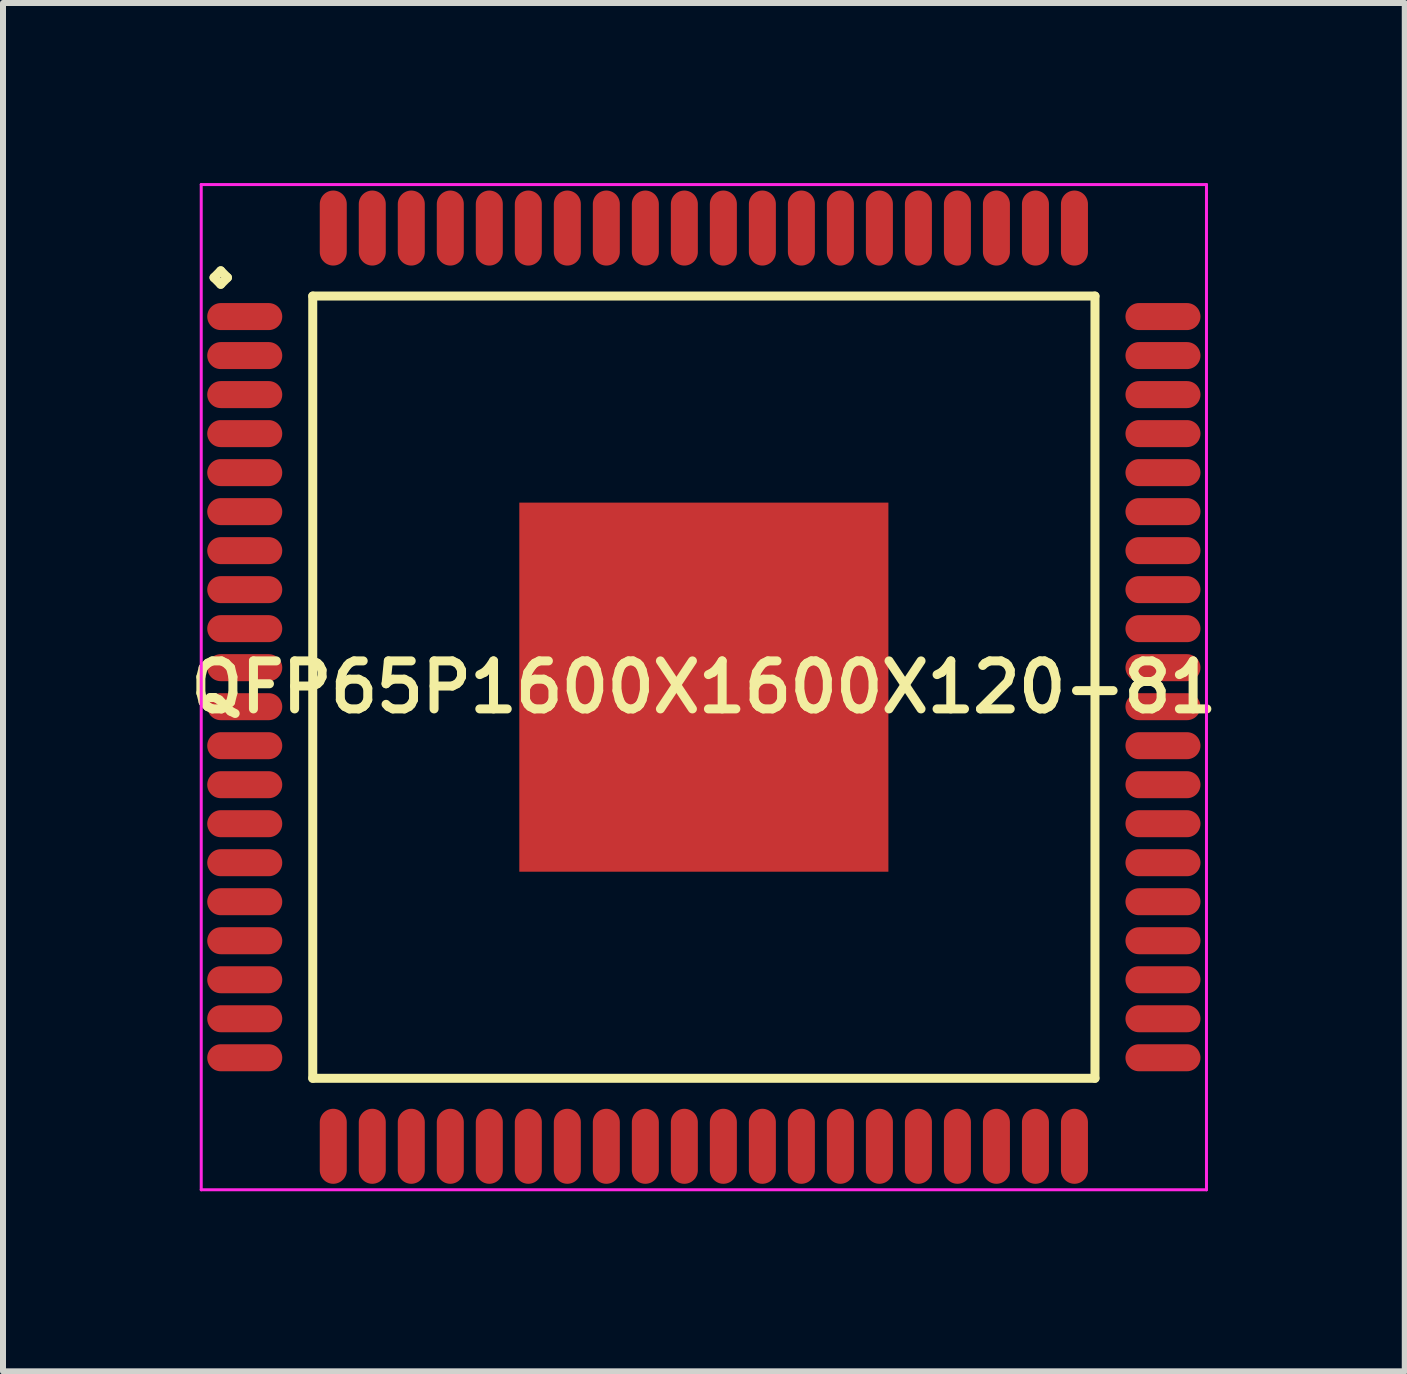
<source format=kicad_pcb>
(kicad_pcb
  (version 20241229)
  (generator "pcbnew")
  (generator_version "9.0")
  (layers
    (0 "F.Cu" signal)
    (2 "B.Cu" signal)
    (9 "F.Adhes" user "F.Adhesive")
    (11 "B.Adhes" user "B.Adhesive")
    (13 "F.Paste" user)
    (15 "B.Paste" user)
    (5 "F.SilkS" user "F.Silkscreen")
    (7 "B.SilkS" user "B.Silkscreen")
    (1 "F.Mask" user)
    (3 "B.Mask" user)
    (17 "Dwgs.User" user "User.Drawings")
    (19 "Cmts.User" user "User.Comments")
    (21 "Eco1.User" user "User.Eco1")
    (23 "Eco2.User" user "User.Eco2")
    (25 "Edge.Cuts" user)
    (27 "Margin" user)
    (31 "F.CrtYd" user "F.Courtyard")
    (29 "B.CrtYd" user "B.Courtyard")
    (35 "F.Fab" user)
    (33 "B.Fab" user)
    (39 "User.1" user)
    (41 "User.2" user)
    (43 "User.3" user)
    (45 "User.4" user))
  (footprint "QFP65P1600X1600X120-81"
    (layer "F.Cu")
    (at 8.678 8.4)
    (property "Reference" "QFP65P1600X1600X120-81" (at 0 0 0) (layer "F.SilkS") (effects (font (size 0.8 0.8) (thickness 0.15))))
    (attr smd)
    (fp_line (start -8.162 -6.825) (end -8.05 -6.938) (stroke (width 0.15) (type solid)) (layer "F.SilkS"))
    (fp_line (start -8.05 -6.938) (end -7.938 -6.825) (stroke (width 0.15) (type solid)) (layer "F.SilkS"))
    (fp_line (start -8.05 -6.713) (end -8.162 -6.825) (stroke (width 0.15) (type solid)) (layer "F.SilkS"))
    (fp_line (start -7.938 -6.825) (end -8.05 -6.713) (stroke (width 0.15) (type solid)) (layer "F.SilkS"))
    (fp_line (start -6.517 -6.517) (end -6.517 6.517) (stroke (width 0.15) (type solid)) (layer "F.SilkS"))
    (fp_line (start -6.517 6.517) (end 6.517 6.517) (stroke (width 0.15) (type solid)) (layer "F.SilkS"))
    (fp_line (start 6.517 -6.517) (end -6.517 -6.517) (stroke (width 0.15) (type solid)) (layer "F.SilkS"))
    (fp_line (start 6.517 6.517) (end 6.517 -6.517) (stroke (width 0.15) (type solid)) (layer "F.SilkS"))
    (fp_line (start -8.375 -8.375) (end 8.375 -8.375) (stroke (width 0.05) (type solid)) (layer "F.CrtYd"))
    (fp_line (start -8.375 8.375) (end -8.375 -8.375) (stroke (width 0.05) (type solid)) (layer "F.CrtYd"))
    (fp_line (start 8.375 -8.375) (end 8.375 8.375) (stroke (width 0.05) (type solid)) (layer "F.CrtYd"))
    (fp_line (start 8.375 8.375) (end -8.375 8.375) (stroke (width 0.05) (type solid)) (layer "F.CrtYd"))
    (pad "1" smd oval (at -7.65 -6.175) (size 1.25 0.45) (layers "F.Cu" "F.Mask" "F.Paste"))
    (pad "2" smd oval (at -7.65 -5.525) (size 1.25 0.45) (layers "F.Cu" "F.Mask" "F.Paste"))
    (pad "3" smd oval (at -7.65 -4.875) (size 1.25 0.45) (layers "F.Cu" "F.Mask" "F.Paste"))
    (pad "4" smd oval (at -7.65 -4.225) (size 1.25 0.45) (layers "F.Cu" "F.Mask" "F.Paste"))
    (pad "5" smd oval (at -7.65 -3.575) (size 1.25 0.45) (layers "F.Cu" "F.Mask" "F.Paste"))
    (pad "6" smd oval (at -7.65 -2.925) (size 1.25 0.45) (layers "F.Cu" "F.Mask" "F.Paste"))
    (pad "7" smd oval (at -7.65 -2.275) (size 1.25 0.45) (layers "F.Cu" "F.Mask" "F.Paste"))
    (pad "8" smd oval (at -7.65 -1.625) (size 1.25 0.45) (layers "F.Cu" "F.Mask" "F.Paste"))
    (pad "9" smd oval (at -7.65 -0.975) (size 1.25 0.45) (layers "F.Cu" "F.Mask" "F.Paste"))
    (pad "10" smd oval (at -7.65 -0.325) (size 1.25 0.45) (layers "F.Cu" "F.Mask" "F.Paste"))
    (pad "11" smd oval (at -7.65 0.325) (size 1.25 0.45) (layers "F.Cu" "F.Mask" "F.Paste"))
    (pad "12" smd oval (at -7.65 0.975) (size 1.25 0.45) (layers "F.Cu" "F.Mask" "F.Paste"))
    (pad "13" smd oval (at -7.65 1.625) (size 1.25 0.45) (layers "F.Cu" "F.Mask" "F.Paste"))
    (pad "14" smd oval (at -7.65 2.275) (size 1.25 0.45) (layers "F.Cu" "F.Mask" "F.Paste"))
    (pad "15" smd oval (at -7.65 2.925) (size 1.25 0.45) (layers "F.Cu" "F.Mask" "F.Paste"))
    (pad "16" smd oval (at -7.65 3.575) (size 1.25 0.45) (layers "F.Cu" "F.Mask" "F.Paste"))
    (pad "17" smd oval (at -7.65 4.225) (size 1.25 0.45) (layers "F.Cu" "F.Mask" "F.Paste"))
    (pad "18" smd oval (at -7.65 4.875) (size 1.25 0.45) (layers "F.Cu" "F.Mask" "F.Paste"))
    (pad "19" smd oval (at -7.65 5.525) (size 1.25 0.45) (layers "F.Cu" "F.Mask" "F.Paste"))
    (pad "20" smd oval (at -7.65 6.175) (size 1.25 0.45) (layers "F.Cu" "F.Mask" "F.Paste"))
    (pad "21" smd oval (at -6.175 7.65) (size 0.45 1.25) (layers "F.Cu" "F.Mask" "F.Paste"))
    (pad "22" smd oval (at -5.525 7.65) (size 0.45 1.25) (layers "F.Cu" "F.Mask" "F.Paste"))
    (pad "23" smd oval (at -4.875 7.65) (size 0.45 1.25) (layers "F.Cu" "F.Mask" "F.Paste"))
    (pad "24" smd oval (at -4.225 7.65) (size 0.45 1.25) (layers "F.Cu" "F.Mask" "F.Paste"))
    (pad "25" smd oval (at -3.575 7.65) (size 0.45 1.25) (layers "F.Cu" "F.Mask" "F.Paste"))
    (pad "26" smd oval (at -2.925 7.65) (size 0.45 1.25) (layers "F.Cu" "F.Mask" "F.Paste"))
    (pad "27" smd oval (at -2.275 7.65) (size 0.45 1.25) (layers "F.Cu" "F.Mask" "F.Paste"))
    (pad "28" smd oval (at -1.625 7.65) (size 0.45 1.25) (layers "F.Cu" "F.Mask" "F.Paste"))
    (pad "29" smd oval (at -0.975 7.65) (size 0.45 1.25) (layers "F.Cu" "F.Mask" "F.Paste"))
    (pad "30" smd oval (at -0.325 7.65) (size 0.45 1.25) (layers "F.Cu" "F.Mask" "F.Paste"))
    (pad "31" smd oval (at 0.325 7.65) (size 0.45 1.25) (layers "F.Cu" "F.Mask" "F.Paste"))
    (pad "32" smd oval (at 0.975 7.65) (size 0.45 1.25) (layers "F.Cu" "F.Mask" "F.Paste"))
    (pad "33" smd oval (at 1.625 7.65) (size 0.45 1.25) (layers "F.Cu" "F.Mask" "F.Paste"))
    (pad "34" smd oval (at 2.275 7.65) (size 0.45 1.25) (layers "F.Cu" "F.Mask" "F.Paste"))
    (pad "35" smd oval (at 2.925 7.65) (size 0.45 1.25) (layers "F.Cu" "F.Mask" "F.Paste"))
    (pad "36" smd oval (at 3.575 7.65) (size 0.45 1.25) (layers "F.Cu" "F.Mask" "F.Paste"))
    (pad "37" smd oval (at 4.225 7.65) (size 0.45 1.25) (layers "F.Cu" "F.Mask" "F.Paste"))
    (pad "38" smd oval (at 4.875 7.65) (size 0.45 1.25) (layers "F.Cu" "F.Mask" "F.Paste"))
    (pad "39" smd oval (at 5.525 7.65) (size 0.45 1.25) (layers "F.Cu" "F.Mask" "F.Paste"))
    (pad "40" smd oval (at 6.175 7.65) (size 0.45 1.25) (layers "F.Cu" "F.Mask" "F.Paste"))
    (pad "41" smd oval (at 7.65 6.175) (size 1.25 0.45) (layers "F.Cu" "F.Mask" "F.Paste"))
    (pad "42" smd oval (at 7.65 5.525) (size 1.25 0.45) (layers "F.Cu" "F.Mask" "F.Paste"))
    (pad "43" smd oval (at 7.65 4.875) (size 1.25 0.45) (layers "F.Cu" "F.Mask" "F.Paste"))
    (pad "44" smd oval (at 7.65 4.225) (size 1.25 0.45) (layers "F.Cu" "F.Mask" "F.Paste"))
    (pad "45" smd oval (at 7.65 3.575) (size 1.25 0.45) (layers "F.Cu" "F.Mask" "F.Paste"))
    (pad "46" smd oval (at 7.65 2.925) (size 1.25 0.45) (layers "F.Cu" "F.Mask" "F.Paste"))
    (pad "47" smd oval (at 7.65 2.275) (size 1.25 0.45) (layers "F.Cu" "F.Mask" "F.Paste"))
    (pad "48" smd oval (at 7.65 1.625) (size 1.25 0.45) (layers "F.Cu" "F.Mask" "F.Paste"))
    (pad "49" smd oval (at 7.65 0.975) (size 1.25 0.45) (layers "F.Cu" "F.Mask" "F.Paste"))
    (pad "50" smd oval (at 7.65 0.325) (size 1.25 0.45) (layers "F.Cu" "F.Mask" "F.Paste"))
    (pad "51" smd oval (at 7.65 -0.325) (size 1.25 0.45) (layers "F.Cu" "F.Mask" "F.Paste"))
    (pad "52" smd oval (at 7.65 -0.975) (size 1.25 0.45) (layers "F.Cu" "F.Mask" "F.Paste"))
    (pad "53" smd oval (at 7.65 -1.625) (size 1.25 0.45) (layers "F.Cu" "F.Mask" "F.Paste"))
    (pad "54" smd oval (at 7.65 -2.275) (size 1.25 0.45) (layers "F.Cu" "F.Mask" "F.Paste"))
    (pad "55" smd oval (at 7.65 -2.925) (size 1.25 0.45) (layers "F.Cu" "F.Mask" "F.Paste"))
    (pad "56" smd oval (at 7.65 -3.575) (size 1.25 0.45) (layers "F.Cu" "F.Mask" "F.Paste"))
    (pad "57" smd oval (at 7.65 -4.225) (size 1.25 0.45) (layers "F.Cu" "F.Mask" "F.Paste"))
    (pad "58" smd oval (at 7.65 -4.875) (size 1.25 0.45) (layers "F.Cu" "F.Mask" "F.Paste"))
    (pad "59" smd oval (at 7.65 -5.525) (size 1.25 0.45) (layers "F.Cu" "F.Mask" "F.Paste"))
    (pad "60" smd oval (at 7.65 -6.175) (size 1.25 0.45) (layers "F.Cu" "F.Mask" "F.Paste"))
    (pad "61" smd oval (at 6.175 -7.65) (size 0.45 1.25) (layers "F.Cu" "F.Mask" "F.Paste"))
    (pad "62" smd oval (at 5.525 -7.65) (size 0.45 1.25) (layers "F.Cu" "F.Mask" "F.Paste"))
    (pad "63" smd oval (at 4.875 -7.65) (size 0.45 1.25) (layers "F.Cu" "F.Mask" "F.Paste"))
    (pad "64" smd oval (at 4.225 -7.65) (size 0.45 1.25) (layers "F.Cu" "F.Mask" "F.Paste"))
    (pad "65" smd oval (at 3.575 -7.65) (size 0.45 1.25) (layers "F.Cu" "F.Mask" "F.Paste"))
    (pad "66" smd oval (at 2.925 -7.65) (size 0.45 1.25) (layers "F.Cu" "F.Mask" "F.Paste"))
    (pad "67" smd oval (at 2.275 -7.65) (size 0.45 1.25) (layers "F.Cu" "F.Mask" "F.Paste"))
    (pad "68" smd oval (at 1.625 -7.65) (size 0.45 1.25) (layers "F.Cu" "F.Mask" "F.Paste"))
    (pad "69" smd oval (at 0.975 -7.65) (size 0.45 1.25) (layers "F.Cu" "F.Mask" "F.Paste"))
    (pad "70" smd oval (at 0.325 -7.65) (size 0.45 1.25) (layers "F.Cu" "F.Mask" "F.Paste"))
    (pad "71" smd oval (at -0.325 -7.65) (size 0.45 1.25) (layers "F.Cu" "F.Mask" "F.Paste"))
    (pad "72" smd oval (at -0.975 -7.65) (size 0.45 1.25) (layers "F.Cu" "F.Mask" "F.Paste"))
    (pad "73" smd oval (at -1.625 -7.65) (size 0.45 1.25) (layers "F.Cu" "F.Mask" "F.Paste"))
    (pad "74" smd oval (at -2.275 -7.65) (size 0.45 1.25) (layers "F.Cu" "F.Mask" "F.Paste"))
    (pad "75" smd oval (at -2.925 -7.65) (size 0.45 1.25) (layers "F.Cu" "F.Mask" "F.Paste"))
    (pad "76" smd oval (at -3.575 -7.65) (size 0.45 1.25) (layers "F.Cu" "F.Mask" "F.Paste"))
    (pad "77" smd oval (at -4.225 -7.65) (size 0.45 1.25) (layers "F.Cu" "F.Mask" "F.Paste"))
    (pad "78" smd oval (at -4.875 -7.65) (size 0.45 1.25) (layers "F.Cu" "F.Mask" "F.Paste"))
    (pad "79" smd oval (at -5.525 -7.65) (size 0.45 1.25) (layers "F.Cu" "F.Mask" "F.Paste"))
    (pad "80" smd oval (at -6.175 -7.65) (size 0.45 1.25) (layers "F.Cu" "F.Mask" "F.Paste"))
    (pad "81" smd rect (at 0 0) (size 6.15 6.15) (layers "F.Cu" "F.Mask" "F.Paste")))
  (gr_rect
    (start -3 -3)
    (end 20.357 19.8)
    (stroke (width 0.1) (type default))
    (fill no)
    (layer "Edge.Cuts")))
</source>
